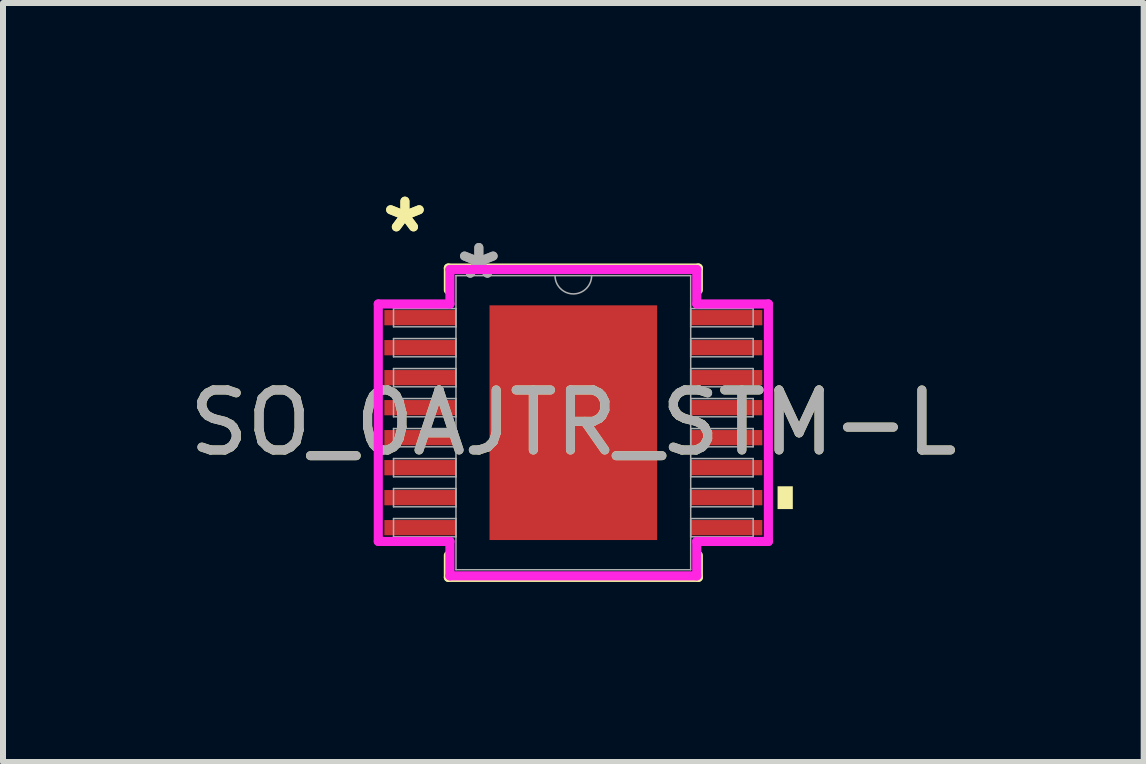
<source format=kicad_pcb>
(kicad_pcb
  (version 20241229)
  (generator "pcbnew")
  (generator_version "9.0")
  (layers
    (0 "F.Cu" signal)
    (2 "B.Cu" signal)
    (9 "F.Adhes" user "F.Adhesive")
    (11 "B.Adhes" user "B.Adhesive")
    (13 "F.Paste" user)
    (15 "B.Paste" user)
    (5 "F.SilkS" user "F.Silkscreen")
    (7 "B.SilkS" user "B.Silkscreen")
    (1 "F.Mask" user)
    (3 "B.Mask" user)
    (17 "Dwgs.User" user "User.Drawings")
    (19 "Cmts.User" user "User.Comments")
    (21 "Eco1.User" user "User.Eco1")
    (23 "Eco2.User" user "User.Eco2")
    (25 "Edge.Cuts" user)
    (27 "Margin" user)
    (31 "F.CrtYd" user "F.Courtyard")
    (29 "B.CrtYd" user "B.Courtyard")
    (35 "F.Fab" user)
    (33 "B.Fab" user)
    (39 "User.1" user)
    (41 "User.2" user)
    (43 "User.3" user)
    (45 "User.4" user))
  (footprint "SO_0AJTR_STM-L"
    (layer "F.Cu")
    (at 6.506 3.995)
    (property "Reference" "SO_0AJTR_STM-L" (at 0 0 0) (unlocked yes) (layer "F.SilkS") (effects (font (size 1 1) (thickness 0.15))))
    (attr smd)
    (fp_line (start -2.083 -2.578) (end -2.083 -2.21) (stroke (width 0.152) (type solid)) (layer "F.SilkS"))
    (fp_line (start -2.083 2.21) (end -2.083 2.578) (stroke (width 0.152) (type solid)) (layer "F.SilkS"))
    (fp_line (start -2.083 2.578) (end 2.083 2.578) (stroke (width 0.152) (type solid)) (layer "F.SilkS"))
    (fp_line (start 2.083 -2.578) (end -2.083 -2.578) (stroke (width 0.152) (type solid)) (layer "F.SilkS"))
    (fp_line (start 2.083 -2.21) (end 2.083 -2.578) (stroke (width 0.152) (type solid)) (layer "F.SilkS"))
    (fp_line (start 2.083 2.578) (end 2.083 2.21) (stroke (width 0.152) (type solid)) (layer "F.SilkS"))
    (fp_poly (pts (xy 3.658 1.06) (xy 3.658 1.44) (xy 3.404 1.44) (xy 3.404 1.06)) (stroke (width 0) (type solid)) (fill yes) (layer "F.SilkS"))
    (fp_poly (pts (xy -1.297 -1.856) (xy -1.297 -0.752) (xy -0.1 -0.752) (xy -0.1 -1.856)) (stroke (width 0) (type solid)) (fill yes) (layer "F.Paste"))
    (fp_poly (pts (xy -1.297 -0.552) (xy -1.297 0.552) (xy -0.1 0.552) (xy -0.1 -0.552)) (stroke (width 0) (type solid)) (fill yes) (layer "F.Paste"))
    (fp_poly (pts (xy -1.297 0.752) (xy -1.297 1.856) (xy -0.1 1.856) (xy -0.1 0.752)) (stroke (width 0) (type solid)) (fill yes) (layer "F.Paste"))
    (fp_poly (pts (xy 0.1 -1.856) (xy 0.1 -0.752) (xy 1.297 -0.752) (xy 1.297 -1.856)) (stroke (width 0) (type solid)) (fill yes) (layer "F.Paste"))
    (fp_poly (pts (xy 0.1 -0.552) (xy 0.1 0.552) (xy 1.297 0.552) (xy 1.297 -0.552)) (stroke (width 0) (type solid)) (fill yes) (layer "F.Paste"))
    (fp_poly (pts (xy 0.1 0.752) (xy 0.1 1.856) (xy 1.297 1.856) (xy 1.297 0.752)) (stroke (width 0) (type solid)) (fill yes) (layer "F.Paste"))
    (fp_line (start -3.251 -1.979) (end -2.057 -1.979) (stroke (width 0.152) (type solid)) (layer "F.CrtYd"))
    (fp_line (start -3.251 1.979) (end -3.251 -1.979) (stroke (width 0.152) (type solid)) (layer "F.CrtYd"))
    (fp_line (start -3.251 1.979) (end -2.057 1.979) (stroke (width 0.152) (type solid)) (layer "F.CrtYd"))
    (fp_line (start -2.057 -2.553) (end 2.057 -2.553) (stroke (width 0.152) (type solid)) (layer "F.CrtYd"))
    (fp_line (start -2.057 -1.979) (end -2.057 -2.553) (stroke (width 0.152) (type solid)) (layer "F.CrtYd"))
    (fp_line (start -2.057 2.553) (end -2.057 1.979) (stroke (width 0.152) (type solid)) (layer "F.CrtYd"))
    (fp_line (start 2.057 -2.553) (end 2.057 -1.979) (stroke (width 0.152) (type solid)) (layer "F.CrtYd"))
    (fp_line (start 2.057 1.979) (end 2.057 2.553) (stroke (width 0.152) (type solid)) (layer "F.CrtYd"))
    (fp_line (start 2.057 2.553) (end -2.057 2.553) (stroke (width 0.152) (type solid)) (layer "F.CrtYd"))
    (fp_line (start 3.251 -1.979) (end 2.057 -1.979) (stroke (width 0.152) (type solid)) (layer "F.CrtYd"))
    (fp_line (start 3.251 -1.979) (end 3.251 1.979) (stroke (width 0.152) (type solid)) (layer "F.CrtYd"))
    (fp_line (start 3.251 1.979) (end 2.057 1.979) (stroke (width 0.152) (type solid)) (layer "F.CrtYd"))
    (fp_line (start -2.997 -1.902) (end -2.997 -1.598) (stroke (width 0.025) (type solid)) (layer "F.Fab"))
    (fp_line (start -2.997 -1.598) (end -1.956 -1.598) (stroke (width 0.025) (type solid)) (layer "F.Fab"))
    (fp_line (start -2.997 -1.402) (end -2.997 -1.098) (stroke (width 0.025) (type solid)) (layer "F.Fab"))
    (fp_line (start -2.997 -1.098) (end -1.956 -1.098) (stroke (width 0.025) (type solid)) (layer "F.Fab"))
    (fp_line (start -2.997 -0.902) (end -2.997 -0.598) (stroke (width 0.025) (type solid)) (layer "F.Fab"))
    (fp_line (start -2.997 -0.598) (end -1.956 -0.598) (stroke (width 0.025) (type solid)) (layer "F.Fab"))
    (fp_line (start -2.997 -0.402) (end -2.997 -0.098) (stroke (width 0.025) (type solid)) (layer "F.Fab"))
    (fp_line (start -2.997 -0.098) (end -1.956 -0.098) (stroke (width 0.025) (type solid)) (layer "F.Fab"))
    (fp_line (start -2.997 0.098) (end -2.997 0.402) (stroke (width 0.025) (type solid)) (layer "F.Fab"))
    (fp_line (start -2.997 0.402) (end -1.956 0.402) (stroke (width 0.025) (type solid)) (layer "F.Fab"))
    (fp_line (start -2.997 0.598) (end -2.997 0.902) (stroke (width 0.025) (type solid)) (layer "F.Fab"))
    (fp_line (start -2.997 0.902) (end -1.956 0.902) (stroke (width 0.025) (type solid)) (layer "F.Fab"))
    (fp_line (start -2.997 1.098) (end -2.997 1.402) (stroke (width 0.025) (type solid)) (layer "F.Fab"))
    (fp_line (start -2.997 1.402) (end -1.956 1.402) (stroke (width 0.025) (type solid)) (layer "F.Fab"))
    (fp_line (start -2.997 1.598) (end -2.997 1.902) (stroke (width 0.025) (type solid)) (layer "F.Fab"))
    (fp_line (start -2.997 1.902) (end -1.956 1.902) (stroke (width 0.025) (type solid)) (layer "F.Fab"))
    (fp_line (start -1.956 -2.451) (end -1.956 2.451) (stroke (width 0.025) (type solid)) (layer "F.Fab"))
    (fp_line (start -1.956 -1.902) (end -2.997 -1.902) (stroke (width 0.025) (type solid)) (layer "F.Fab"))
    (fp_line (start -1.956 -1.598) (end -1.956 -1.902) (stroke (width 0.025) (type solid)) (layer "F.Fab"))
    (fp_line (start -1.956 -1.402) (end -2.997 -1.402) (stroke (width 0.025) (type solid)) (layer "F.Fab"))
    (fp_line (start -1.956 -1.098) (end -1.956 -1.402) (stroke (width 0.025) (type solid)) (layer "F.Fab"))
    (fp_line (start -1.956 -0.902) (end -2.997 -0.902) (stroke (width 0.025) (type solid)) (layer "F.Fab"))
    (fp_line (start -1.956 -0.598) (end -1.956 -0.902) (stroke (width 0.025) (type solid)) (layer "F.Fab"))
    (fp_line (start -1.956 -0.402) (end -2.997 -0.402) (stroke (width 0.025) (type solid)) (layer "F.Fab"))
    (fp_line (start -1.956 -0.098) (end -1.956 -0.402) (stroke (width 0.025) (type solid)) (layer "F.Fab"))
    (fp_line (start -1.956 0.098) (end -2.997 0.098) (stroke (width 0.025) (type solid)) (layer "F.Fab"))
    (fp_line (start -1.956 0.402) (end -1.956 0.098) (stroke (width 0.025) (type solid)) (layer "F.Fab"))
    (fp_line (start -1.956 0.598) (end -2.997 0.598) (stroke (width 0.025) (type solid)) (layer "F.Fab"))
    (fp_line (start -1.956 0.902) (end -1.956 0.598) (stroke (width 0.025) (type solid)) (layer "F.Fab"))
    (fp_line (start -1.956 1.098) (end -2.997 1.098) (stroke (width 0.025) (type solid)) (layer "F.Fab"))
    (fp_line (start -1.956 1.402) (end -1.956 1.098) (stroke (width 0.025) (type solid)) (layer "F.Fab"))
    (fp_line (start -1.956 1.598) (end -2.997 1.598) (stroke (width 0.025) (type solid)) (layer "F.Fab"))
    (fp_line (start -1.956 1.902) (end -1.956 1.598) (stroke (width 0.025) (type solid)) (layer "F.Fab"))
    (fp_line (start -1.956 2.451) (end 1.956 2.451) (stroke (width 0.025) (type solid)) (layer "F.Fab"))
    (fp_line (start 1.956 -2.451) (end -1.956 -2.451) (stroke (width 0.025) (type solid)) (layer "F.Fab"))
    (fp_line (start 1.956 -1.902) (end 1.956 -1.598) (stroke (width 0.025) (type solid)) (layer "F.Fab"))
    (fp_line (start 1.956 -1.598) (end 2.997 -1.598) (stroke (width 0.025) (type solid)) (layer "F.Fab"))
    (fp_line (start 1.956 -1.402) (end 1.956 -1.098) (stroke (width 0.025) (type solid)) (layer "F.Fab"))
    (fp_line (start 1.956 -1.098) (end 2.997 -1.098) (stroke (width 0.025) (type solid)) (layer "F.Fab"))
    (fp_line (start 1.956 -0.902) (end 1.956 -0.598) (stroke (width 0.025) (type solid)) (layer "F.Fab"))
    (fp_line (start 1.956 -0.598) (end 2.997 -0.598) (stroke (width 0.025) (type solid)) (layer "F.Fab"))
    (fp_line (start 1.956 -0.402) (end 1.956 -0.098) (stroke (width 0.025) (type solid)) (layer "F.Fab"))
    (fp_line (start 1.956 -0.098) (end 2.997 -0.098) (stroke (width 0.025) (type solid)) (layer "F.Fab"))
    (fp_line (start 1.956 0.098) (end 1.956 0.402) (stroke (width 0.025) (type solid)) (layer "F.Fab"))
    (fp_line (start 1.956 0.402) (end 2.997 0.402) (stroke (width 0.025) (type solid)) (layer "F.Fab"))
    (fp_line (start 1.956 0.598) (end 1.956 0.902) (stroke (width 0.025) (type solid)) (layer "F.Fab"))
    (fp_line (start 1.956 0.902) (end 2.997 0.902) (stroke (width 0.025) (type solid)) (layer "F.Fab"))
    (fp_line (start 1.956 1.098) (end 1.956 1.402) (stroke (width 0.025) (type solid)) (layer "F.Fab"))
    (fp_line (start 1.956 1.402) (end 2.997 1.402) (stroke (width 0.025) (type solid)) (layer "F.Fab"))
    (fp_line (start 1.956 1.598) (end 1.956 1.902) (stroke (width 0.025) (type solid)) (layer "F.Fab"))
    (fp_line (start 1.956 1.902) (end 2.997 1.902) (stroke (width 0.025) (type solid)) (layer "F.Fab"))
    (fp_line (start 1.956 2.451) (end 1.956 -2.451) (stroke (width 0.025) (type solid)) (layer "F.Fab"))
    (fp_line (start 2.997 -1.902) (end 1.956 -1.902) (stroke (width 0.025) (type solid)) (layer "F.Fab"))
    (fp_line (start 2.997 -1.598) (end 2.997 -1.902) (stroke (width 0.025) (type solid)) (layer "F.Fab"))
    (fp_line (start 2.997 -1.402) (end 1.956 -1.402) (stroke (width 0.025) (type solid)) (layer "F.Fab"))
    (fp_line (start 2.997 -1.098) (end 2.997 -1.402) (stroke (width 0.025) (type solid)) (layer "F.Fab"))
    (fp_line (start 2.997 -0.902) (end 1.956 -0.902) (stroke (width 0.025) (type solid)) (layer "F.Fab"))
    (fp_line (start 2.997 -0.598) (end 2.997 -0.902) (stroke (width 0.025) (type solid)) (layer "F.Fab"))
    (fp_line (start 2.997 -0.402) (end 1.956 -0.402) (stroke (width 0.025) (type solid)) (layer "F.Fab"))
    (fp_line (start 2.997 -0.098) (end 2.997 -0.402) (stroke (width 0.025) (type solid)) (layer "F.Fab"))
    (fp_line (start 2.997 0.098) (end 1.956 0.098) (stroke (width 0.025) (type solid)) (layer "F.Fab"))
    (fp_line (start 2.997 0.402) (end 2.997 0.098) (stroke (width 0.025) (type solid)) (layer "F.Fab"))
    (fp_line (start 2.997 0.598) (end 1.956 0.598) (stroke (width 0.025) (type solid)) (layer "F.Fab"))
    (fp_line (start 2.997 0.902) (end 2.997 0.598) (stroke (width 0.025) (type solid)) (layer "F.Fab"))
    (fp_line (start 2.997 1.098) (end 1.956 1.098) (stroke (width 0.025) (type solid)) (layer "F.Fab"))
    (fp_line (start 2.997 1.402) (end 2.997 1.098) (stroke (width 0.025) (type solid)) (layer "F.Fab"))
    (fp_line (start 2.997 1.598) (end 1.956 1.598) (stroke (width 0.025) (type solid)) (layer "F.Fab"))
    (fp_line (start 2.997 1.902) (end 2.997 1.598) (stroke (width 0.025) (type solid)) (layer "F.Fab"))
    (fp_arc (start 0.3048 -2.4511) (mid 0 -2.1463) (end -0.3048 -2.4511) (stroke (width 0.0254) (type solid)) (layer "F.Fab"))
    (fp_text user "*" (at -2.807 -3.147 0) (layer "F.SilkS") (effects (font (size 1 1) (thickness 0.15))))
    (fp_text user "*" (at -2.807 -3.147 0) (unlocked yes) (layer "F.SilkS") (effects (font (size 1 1) (thickness 0.15))))
    (fp_text user "*" (at -1.575 -2.375 0) (unlocked yes) (layer "F.Fab") (effects (font (size 1 1) (thickness 0.15))))
    (fp_text user "*" (at -1.575 -2.375 0) (layer "F.Fab") (effects (font (size 1 1) (thickness 0.15))))
    (fp_text user "${REFERENCE}" (at 0 0 0) (unlocked yes) (layer "F.Fab") (effects (font (size 1 1) (thickness 0.15))))
    (pad "1" smd rect (at -2.553 -1.75) (size 1.194 0.254) (layers "F.Cu" "F.Mask" "F.Paste"))
    (pad "2" smd rect (at -2.553 -1.25) (size 1.194 0.254) (layers "F.Cu" "F.Mask" "F.Paste"))
    (pad "3" smd rect (at -2.553 -0.75) (size 1.194 0.254) (layers "F.Cu" "F.Mask" "F.Paste"))
    (pad "4" smd rect (at -2.553 -0.25) (size 1.194 0.254) (layers "F.Cu" "F.Mask" "F.Paste"))
    (pad "5" smd rect (at -2.553 0.25) (size 1.194 0.254) (layers "F.Cu" "F.Mask" "F.Paste"))
    (pad "6" smd rect (at -2.553 0.75) (size 1.194 0.254) (layers "F.Cu" "F.Mask" "F.Paste"))
    (pad "7" smd rect (at -2.553 1.25) (size 1.194 0.254) (layers "F.Cu" "F.Mask" "F.Paste"))
    (pad "8" smd rect (at -2.553 1.75) (size 1.194 0.254) (layers "F.Cu" "F.Mask" "F.Paste"))
    (pad "9" smd rect (at 2.553 1.75) (size 1.194 0.254) (layers "F.Cu" "F.Mask" "F.Paste"))
    (pad "10" smd rect (at 2.553 1.25) (size 1.194 0.254) (layers "F.Cu" "F.Mask" "F.Paste"))
    (pad "11" smd rect (at 2.553 0.75) (size 1.194 0.254) (layers "F.Cu" "F.Mask" "F.Paste"))
    (pad "12" smd rect (at 2.553 0.25) (size 1.194 0.254) (layers "F.Cu" "F.Mask" "F.Paste"))
    (pad "13" smd rect (at 2.553 -0.25) (size 1.194 0.254) (layers "F.Cu" "F.Mask" "F.Paste"))
    (pad "14" smd rect (at 2.553 -0.75) (size 1.194 0.254) (layers "F.Cu" "F.Mask" "F.Paste"))
    (pad "15" smd rect (at 2.553 -1.25) (size 1.194 0.254) (layers "F.Cu" "F.Mask" "F.Paste"))
    (pad "16" smd rect (at 2.553 -1.75) (size 1.194 0.254) (layers "F.Cu" "F.Mask" "F.Paste"))
    (pad "EPAD" smd rect (at 0 0) (size 2.794 3.912) (layers "F.Cu" "F.Mask")))
  (gr_rect
    (start -3 -3)
    (end 16.012 9.65)
    (stroke (width 0.1) (type default))
    (fill no)
    (layer "Edge.Cuts")))
</source>
